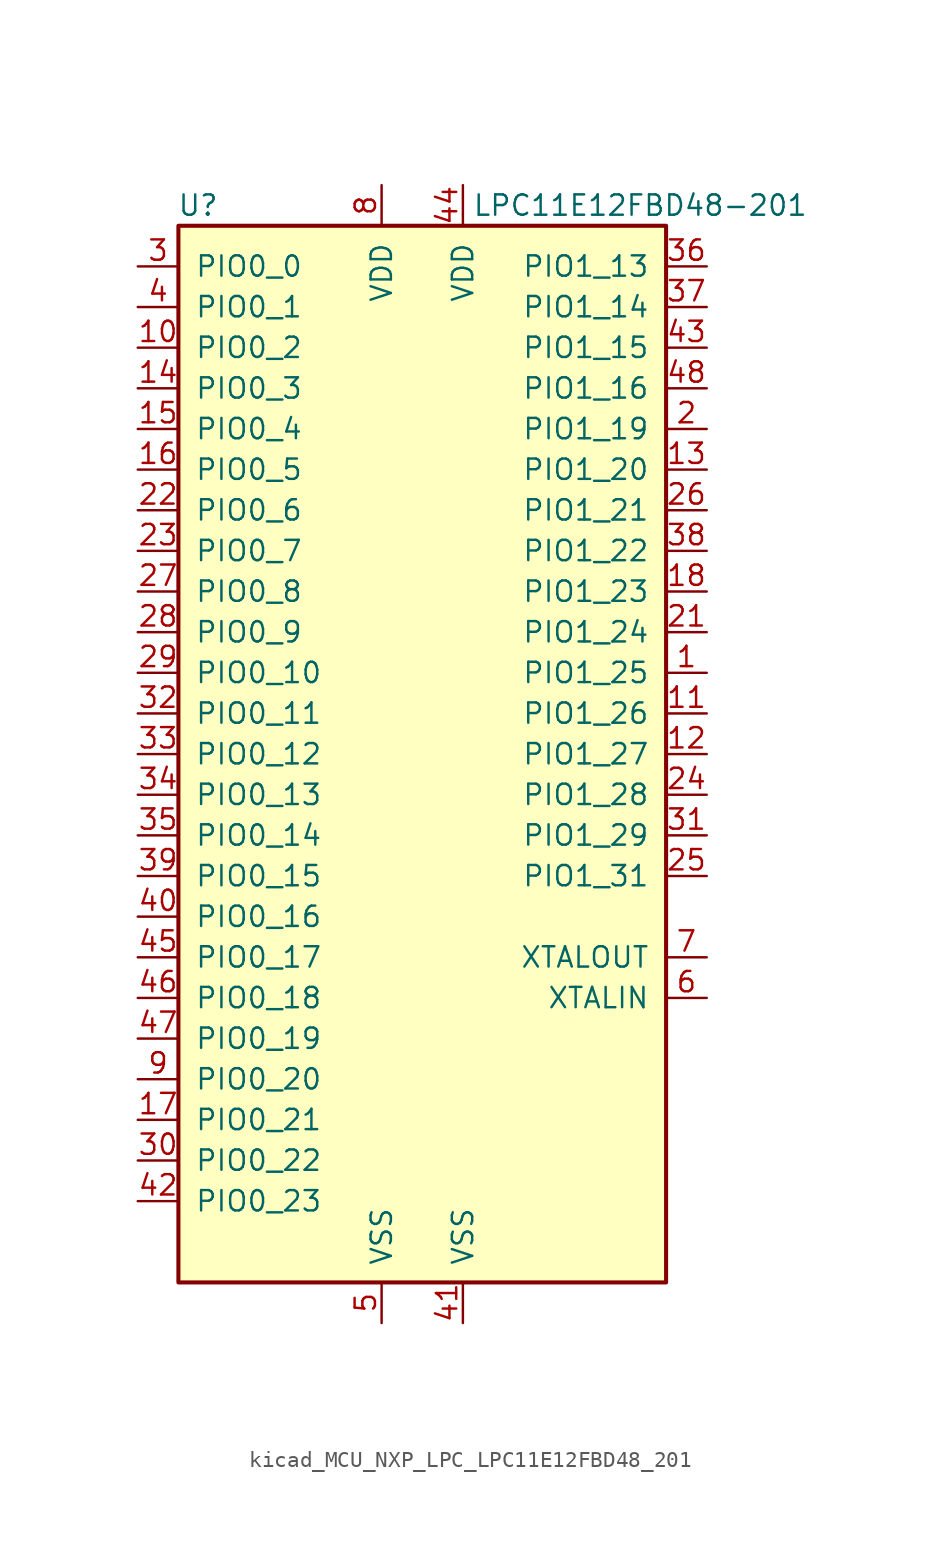
<source format=kicad_sym>
(kicad_symbol_lib
  (version 20220914)
  (generator kicad_symbol_editor)
  (symbol "kicad_MCU_NXP_LPC_LPC11E12FBD48_201"
    (pin_names
      (offset 1.016))
    (property "Reference" "U"
      (at -12.7 34.29 0)
      (effects (font (size 1.27 1.27)) (justify right)))
    (property "Value" "LPC11E12FBD48-201"
      (at 24.13 34.29 0)
      (effects (font (size 1.27 1.27)) (justify right)))
    (symbol "kicad_MCU_NXP_LPC_LPC11E12FBD48_201_0_1"
      (rectangle (start -15.24 33.02) (end 15.24 -33.02) (stroke (width 0.254) (type default)) (fill (type background))))
    (symbol "kicad_MCU_NXP_LPC_LPC11E12FBD48_201_1_1"
      (pin bidirectional line (at 17.78 5.08 180) (length 2.54) (name "PIO1_25" (effects (font (size 1.27 1.27)))) (number "1" (effects (font (size 1.27 1.27)))))
      (pin bidirectional line (at -17.78 25.4 0) (length 2.54) (name "PIO0_2" (effects (font (size 1.27 1.27)))) (number "10" (effects (font (size 1.27 1.27)))))
      (pin bidirectional line (at 17.78 2.54 180) (length 2.54) (name "PIO1_26" (effects (font (size 1.27 1.27)))) (number "11" (effects (font (size 1.27 1.27)))))
      (pin bidirectional line (at 17.78 0 180) (length 2.54) (name "PIO1_27" (effects (font (size 1.27 1.27)))) (number "12" (effects (font (size 1.27 1.27)))))
      (pin bidirectional line (at 17.78 17.78 180) (length 2.54) (name "PIO1_20" (effects (font (size 1.27 1.27)))) (number "13" (effects (font (size 1.27 1.27)))))
      (pin bidirectional line (at -17.78 22.86 0) (length 2.54) (name "PIO0_3" (effects (font (size 1.27 1.27)))) (number "14" (effects (font (size 1.27 1.27)))))
      (pin open_collector line (at -17.78 20.32 0) (length 2.54) (name "PIO0_4" (effects (font (size 1.27 1.27)))) (number "15" (effects (font (size 1.27 1.27)))))
      (pin open_collector line (at -17.78 17.78 0) (length 2.54) (name "PIO0_5" (effects (font (size 1.27 1.27)))) (number "16" (effects (font (size 1.27 1.27)))))
      (pin bidirectional line (at -17.78 -22.86 0) (length 2.54) (name "PIO0_21" (effects (font (size 1.27 1.27)))) (number "17" (effects (font (size 1.27 1.27)))))
      (pin bidirectional line (at 17.78 10.16 180) (length 2.54) (name "PIO1_23" (effects (font (size 1.27 1.27)))) (number "18" (effects (font (size 1.27 1.27)))))
      (pin no_connect line (at 15.24 -22.86 180) (length 2.54) hide (name "NC" (effects (font (size 1.27 1.27)))) (number "19" (effects (font (size 1.27 1.27)))))
      (pin bidirectional line (at 17.78 20.32 180) (length 2.54) (name "PIO1_19" (effects (font (size 1.27 1.27)))) (number "2" (effects (font (size 1.27 1.27)))))
      (pin no_connect line (at 15.24 -20.32 180) (length 2.54) hide (name "NC" (effects (font (size 1.27 1.27)))) (number "20" (effects (font (size 1.27 1.27)))))
      (pin bidirectional line (at 17.78 7.62 180) (length 2.54) (name "PIO1_24" (effects (font (size 1.27 1.27)))) (number "21" (effects (font (size 1.27 1.27)))))
      (pin bidirectional line (at -17.78 15.24 0) (length 2.54) (name "PIO0_6" (effects (font (size 1.27 1.27)))) (number "22" (effects (font (size 1.27 1.27)))))
      (pin bidirectional line (at -17.78 12.7 0) (length 2.54) (name "PIO0_7" (effects (font (size 1.27 1.27)))) (number "23" (effects (font (size 1.27 1.27)))))
      (pin bidirectional line (at 17.78 -2.54 180) (length 2.54) (name "PIO1_28" (effects (font (size 1.27 1.27)))) (number "24" (effects (font (size 1.27 1.27)))))
      (pin bidirectional line (at 17.78 -7.62 180) (length 2.54) (name "PIO1_31" (effects (font (size 1.27 1.27)))) (number "25" (effects (font (size 1.27 1.27)))))
      (pin bidirectional line (at 17.78 15.24 180) (length 2.54) (name "PIO1_21" (effects (font (size 1.27 1.27)))) (number "26" (effects (font (size 1.27 1.27)))))
      (pin bidirectional line (at -17.78 10.16 0) (length 2.54) (name "PIO0_8" (effects (font (size 1.27 1.27)))) (number "27" (effects (font (size 1.27 1.27)))))
      (pin bidirectional line (at -17.78 7.62 0) (length 2.54) (name "PIO0_9" (effects (font (size 1.27 1.27)))) (number "28" (effects (font (size 1.27 1.27)))))
      (pin bidirectional line (at -17.78 5.08 0) (length 2.54) (name "PIO0_10" (effects (font (size 1.27 1.27)))) (number "29" (effects (font (size 1.27 1.27)))))
      (pin bidirectional line (at -17.78 30.48 0) (length 2.54) (name "PIO0_0" (effects (font (size 1.27 1.27)))) (number "3" (effects (font (size 1.27 1.27)))))
      (pin bidirectional line (at -17.78 -25.4 0) (length 2.54) (name "PIO0_22" (effects (font (size 1.27 1.27)))) (number "30" (effects (font (size 1.27 1.27)))))
      (pin bidirectional line (at 17.78 -5.08 180) (length 2.54) (name "PIO1_29" (effects (font (size 1.27 1.27)))) (number "31" (effects (font (size 1.27 1.27)))))
      (pin bidirectional line (at -17.78 2.54 0) (length 2.54) (name "PIO0_11" (effects (font (size 1.27 1.27)))) (number "32" (effects (font (size 1.27 1.27)))))
      (pin bidirectional line (at -17.78 0 0) (length 2.54) (name "PIO0_12" (effects (font (size 1.27 1.27)))) (number "33" (effects (font (size 1.27 1.27)))))
      (pin bidirectional line (at -17.78 -2.54 0) (length 2.54) (name "PIO0_13" (effects (font (size 1.27 1.27)))) (number "34" (effects (font (size 1.27 1.27)))))
      (pin bidirectional line (at -17.78 -5.08 0) (length 2.54) (name "PIO0_14" (effects (font (size 1.27 1.27)))) (number "35" (effects (font (size 1.27 1.27)))))
      (pin bidirectional line (at 17.78 30.48 180) (length 2.54) (name "PIO1_13" (effects (font (size 1.27 1.27)))) (number "36" (effects (font (size 1.27 1.27)))))
      (pin bidirectional line (at 17.78 27.94 180) (length 2.54) (name "PIO1_14" (effects (font (size 1.27 1.27)))) (number "37" (effects (font (size 1.27 1.27)))))
      (pin bidirectional line (at 17.78 12.7 180) (length 2.54) (name "PIO1_22" (effects (font (size 1.27 1.27)))) (number "38" (effects (font (size 1.27 1.27)))))
      (pin bidirectional line (at -17.78 -7.62 0) (length 2.54) (name "PIO0_15" (effects (font (size 1.27 1.27)))) (number "39" (effects (font (size 1.27 1.27)))))
      (pin bidirectional line (at -17.78 27.94 0) (length 2.54) (name "PIO0_1" (effects (font (size 1.27 1.27)))) (number "4" (effects (font (size 1.27 1.27)))))
      (pin bidirectional line (at -17.78 -10.16 0) (length 2.54) (name "PIO0_16" (effects (font (size 1.27 1.27)))) (number "40" (effects (font (size 1.27 1.27)))))
      (pin power_in line (at 2.54 -35.56 90) (length 2.54) (name "VSS" (effects (font (size 1.27 1.27)))) (number "41" (effects (font (size 1.27 1.27)))))
      (pin bidirectional line (at -17.78 -27.94 0) (length 2.54) (name "PIO0_23" (effects (font (size 1.27 1.27)))) (number "42" (effects (font (size 1.27 1.27)))))
      (pin bidirectional line (at 17.78 25.4 180) (length 2.54) (name "PIO1_15" (effects (font (size 1.27 1.27)))) (number "43" (effects (font (size 1.27 1.27)))))
      (pin power_in line (at 2.54 35.56 270) (length 2.54) (name "VDD" (effects (font (size 1.27 1.27)))) (number "44" (effects (font (size 1.27 1.27)))))
      (pin bidirectional line (at -17.78 -12.7 0) (length 2.54) (name "PIO0_17" (effects (font (size 1.27 1.27)))) (number "45" (effects (font (size 1.27 1.27)))))
      (pin bidirectional line (at -17.78 -15.24 0) (length 2.54) (name "PIO0_18" (effects (font (size 1.27 1.27)))) (number "46" (effects (font (size 1.27 1.27)))))
      (pin bidirectional line (at -17.78 -17.78 0) (length 2.54) (name "PIO0_19" (effects (font (size 1.27 1.27)))) (number "47" (effects (font (size 1.27 1.27)))))
      (pin bidirectional line (at 17.78 22.86 180) (length 2.54) (name "PIO1_16" (effects (font (size 1.27 1.27)))) (number "48" (effects (font (size 1.27 1.27)))))
      (pin power_in line (at -2.54 -35.56 90) (length 2.54) (name "VSS" (effects (font (size 1.27 1.27)))) (number "5" (effects (font (size 1.27 1.27)))))
      (pin passive line (at 17.78 -15.24 180) (length 2.54) (name "XTALIN" (effects (font (size 1.27 1.27)))) (number "6" (effects (font (size 1.27 1.27)))))
      (pin passive line (at 17.78 -12.7 180) (length 2.54) (name "XTALOUT" (effects (font (size 1.27 1.27)))) (number "7" (effects (font (size 1.27 1.27)))))
      (pin power_in line (at -2.54 35.56 270) (length 2.54) (name "VDD" (effects (font (size 1.27 1.27)))) (number "8" (effects (font (size 1.27 1.27)))))
      (pin bidirectional line (at -17.78 -20.32 0) (length 2.54) (name "PIO0_20" (effects (font (size 1.27 1.27)))) (number "9" (effects (font (size 1.27 1.27))))))))
</source>
